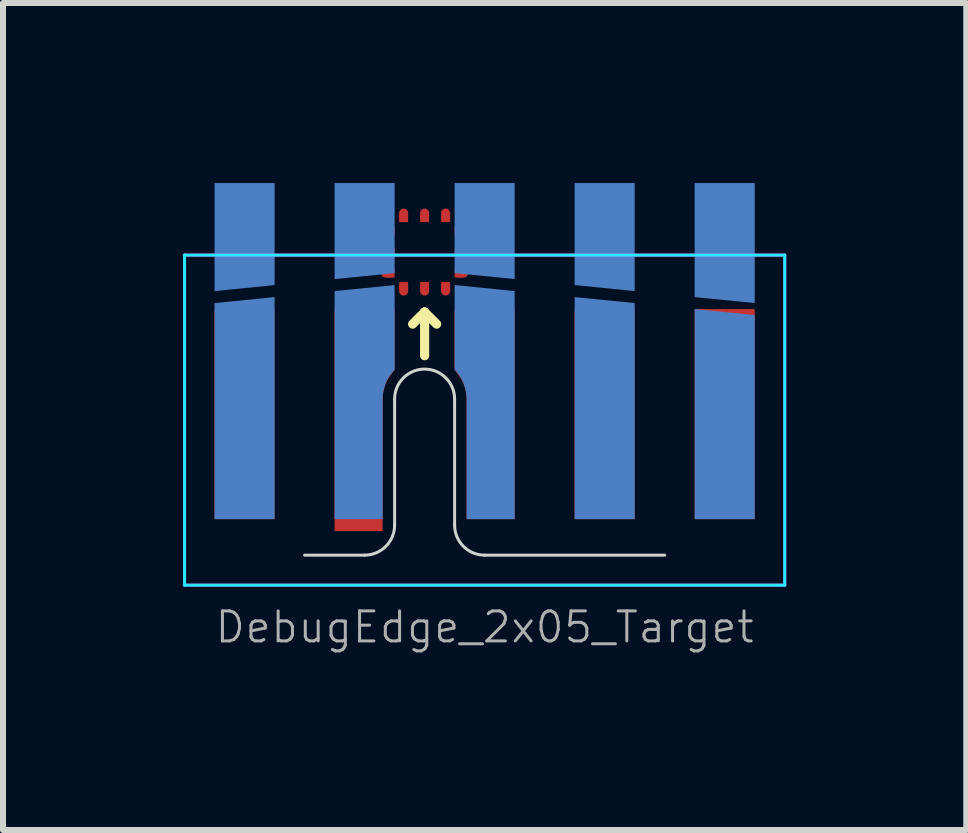
<source format=kicad_pcb>
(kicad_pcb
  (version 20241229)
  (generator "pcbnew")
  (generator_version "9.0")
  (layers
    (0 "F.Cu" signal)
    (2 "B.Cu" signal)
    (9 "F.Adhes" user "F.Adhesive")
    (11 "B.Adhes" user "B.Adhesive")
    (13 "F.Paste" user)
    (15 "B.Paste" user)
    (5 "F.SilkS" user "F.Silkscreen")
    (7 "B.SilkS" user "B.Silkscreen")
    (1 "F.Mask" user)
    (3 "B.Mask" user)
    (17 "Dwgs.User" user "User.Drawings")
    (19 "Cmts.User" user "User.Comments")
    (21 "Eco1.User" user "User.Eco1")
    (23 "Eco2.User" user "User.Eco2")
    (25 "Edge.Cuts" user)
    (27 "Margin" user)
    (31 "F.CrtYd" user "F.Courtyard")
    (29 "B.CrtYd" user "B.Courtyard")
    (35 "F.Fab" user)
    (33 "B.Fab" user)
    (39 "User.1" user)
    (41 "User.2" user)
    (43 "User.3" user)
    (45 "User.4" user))
  (footprint "DebugEdge_2x05_Target"
    (layer "F.Cu")
    (at 5.025 6.2)
    (property "Reference" "DebugEdge_2x05_Target" (at 0 1.2 0) (unlocked yes) (layer "F.Fab") (effects (font (size 0.5 0.5) (thickness 0.05))))
    (attr exclude_from_pos_files exclude_from_bom)
    (fp_line (start -1.6 -5.4) (end -1.65 -5.4) (stroke (width 0.15) (type solid)) (layer "F.Cu"))
    (fp_line (start -1.6 -5.05) (end -1.65 -5.05) (stroke (width 0.15) (type solid)) (layer "F.Cu"))
    (fp_line (start -1.6 -4.7) (end -1.65 -4.7) (stroke (width 0.15) (type solid)) (layer "F.Cu"))
    (fp_line (start -1.35 -5.65) (end -1.35 -5.7) (stroke (width 0.15) (type solid)) (layer "F.Cu"))
    (fp_line (start -1.35 -4.45) (end -1.35 -4.4) (stroke (width 0.15) (type solid)) (layer "F.Cu"))
    (fp_line (start -1 -5.65) (end -1 -5.7) (stroke (width 0.15) (type solid)) (layer "F.Cu"))
    (fp_line (start -1 -4.45) (end -1 -4.4) (stroke (width 0.15) (type solid)) (layer "F.Cu"))
    (fp_line (start -0.65 -5.65) (end -0.65 -5.7) (stroke (width 0.15) (type solid)) (layer "F.Cu"))
    (fp_line (start -0.65 -4.45) (end -0.65 -4.4) (stroke (width 0.15) (type solid)) (layer "F.Cu"))
    (fp_line (start -0.4 -5.4) (end -0.35 -5.4) (stroke (width 0.15) (type solid)) (layer "F.Cu"))
    (fp_line (start -0.4 -5.05) (end -0.35 -5.05) (stroke (width 0.15) (type solid)) (layer "F.Cu"))
    (fp_line (start -0.4 -4.7) (end -0.35 -4.7) (stroke (width 0.15) (type solid)) (layer "F.Cu"))
    (fp_poly (pts (xy -1.5 -5.475) (xy -1.5 -5.325) (xy -1.625 -5.325) (xy -1.625 -5.475)) (stroke (width 0) (type solid)) (fill yes) (layer "F.Cu"))
    (fp_poly (pts (xy -1.5 -5.125) (xy -1.5 -4.975) (xy -1.625 -4.975) (xy -1.625 -5.125)) (stroke (width 0) (type solid)) (fill yes) (layer "F.Cu"))
    (fp_poly (pts (xy -1.5 -4.775) (xy -1.5 -4.625) (xy -1.625 -4.625) (xy -1.625 -4.775)) (stroke (width 0) (type solid)) (fill yes) (layer "F.Cu"))
    (fp_poly (pts (xy -1.425 -4.55) (xy -1.275 -4.55) (xy -1.275 -4.425) (xy -1.425 -4.425)) (stroke (width 0) (type solid)) (fill yes) (layer "F.Cu"))
    (fp_poly (pts (xy -1.275 -5.55) (xy -1.425 -5.55) (xy -1.425 -5.675) (xy -1.275 -5.675)) (stroke (width 0) (type solid)) (fill yes) (layer "F.Cu"))
    (fp_poly (pts (xy -1.075 -4.55) (xy -0.925 -4.55) (xy -0.925 -4.425) (xy -1.075 -4.425)) (stroke (width 0) (type solid)) (fill yes) (layer "F.Cu"))
    (fp_poly (pts (xy -0.925 -5.55) (xy -1.075 -5.55) (xy -1.075 -5.675) (xy -0.925 -5.675)) (stroke (width 0) (type solid)) (fill yes) (layer "F.Cu"))
    (fp_poly (pts (xy -0.725 -4.55) (xy -0.575 -4.55) (xy -0.575 -4.425) (xy -0.725 -4.425)) (stroke (width 0) (type solid)) (fill yes) (layer "F.Cu"))
    (fp_poly (pts (xy -0.575 -5.55) (xy -0.725 -5.55) (xy -0.725 -5.675) (xy -0.575 -5.675)) (stroke (width 0) (type solid)) (fill yes) (layer "F.Cu"))
    (fp_poly (pts (xy -0.5 -5.325) (xy -0.5 -5.475) (xy -0.375 -5.475) (xy -0.375 -5.325)) (stroke (width 0) (type solid)) (fill yes) (layer "F.Cu"))
    (fp_poly (pts (xy -0.5 -4.975) (xy -0.5 -5.125) (xy -0.375 -5.125) (xy -0.375 -4.975)) (stroke (width 0) (type solid)) (fill yes) (layer "F.Cu"))
    (fp_poly (pts (xy -0.5 -4.625) (xy -0.5 -4.775) (xy -0.375 -4.775) (xy -0.375 -4.625)) (stroke (width 0) (type solid)) (fill yes) (layer "F.Cu"))
    (fp_line (start -1.5 -5.4) (end -1.65 -5.4) (stroke (width 0.15) (type solid)) (layer "F.Mask"))
    (fp_line (start -1.5 -5.05) (end -1.65 -5.05) (stroke (width 0.15) (type solid)) (layer "F.Mask"))
    (fp_line (start -1.5 -4.7) (end -1.65 -4.7) (stroke (width 0.15) (type solid)) (layer "F.Mask"))
    (fp_line (start -1.35 -5.55) (end -1.35 -5.7) (stroke (width 0.15) (type solid)) (layer "F.Mask"))
    (fp_line (start -1.35 -4.55) (end -1.35 -4.4) (stroke (width 0.15) (type solid)) (layer "F.Mask"))
    (fp_line (start -1 -5.55) (end -1 -5.7) (stroke (width 0.15) (type solid)) (layer "F.Mask"))
    (fp_line (start -1 -4.55) (end -1 -4.4) (stroke (width 0.15) (type solid)) (layer "F.Mask"))
    (fp_line (start -0.65 -5.55) (end -0.65 -5.7) (stroke (width 0.15) (type solid)) (layer "F.Mask"))
    (fp_line (start -0.65 -4.55) (end -0.65 -4.4) (stroke (width 0.15) (type solid)) (layer "F.Mask"))
    (fp_line (start -0.5 -5.4) (end -0.35 -5.4) (stroke (width 0.15) (type solid)) (layer "F.Mask"))
    (fp_line (start -0.5 -5.05) (end -0.35 -5.05) (stroke (width 0.15) (type solid)) (layer "F.Mask"))
    (fp_line (start -0.5 -4.7) (end -0.35 -4.7) (stroke (width 0.15) (type solid)) (layer "F.Mask"))
    (fp_poly (pts (xy -0.55 -4.6) (xy -1.45 -4.6) (xy -1.45 -5.5) (xy -0.55 -5.5)) (stroke (width 0.1) (type solid)) (fill yes) (layer "F.Mask"))
    (fp_line (start -1.2 -3.85) (end -1 -4.05) (stroke (width 0.153) (type solid)) (layer "F.SilkS"))
    (fp_line (start -1 -4.05) (end -1 -3.323) (stroke (width 0.153) (type solid)) (layer "F.SilkS"))
    (fp_line (start -1 -4.05) (end -0.8 -3.85) (stroke (width 0.153) (type solid)) (layer "F.SilkS"))
    (fp_line (start -3 0) (end -2 0) (stroke (width 0.05) (type solid)) (layer "Edge.Cuts"))
    (fp_line (start -1.5 -2.6) (end -1.5 -0.5) (stroke (width 0.05) (type solid)) (layer "Edge.Cuts"))
    (fp_line (start -0.5 -0.5) (end -0.5 -2.6) (stroke (width 0.05) (type solid)) (layer "Edge.Cuts"))
    (fp_line (start 0 0) (end 3 0) (stroke (width 0.05) (type solid)) (layer "Edge.Cuts"))
    (fp_arc (start -1.5 -2.6) (mid -1 -3.1) (end -0.5 -2.6) (stroke (width 0.05) (type solid)) (layer "Edge.Cuts"))
    (fp_arc (start -1.5 -0.5) (mid -1.646447 -0.146447) (end -2 0) (stroke (width 0.05) (type solid)) (layer "Edge.Cuts"))
    (fp_arc (start 0 0) (mid -0.353553 -0.146447) (end -0.5 -0.5) (stroke (width 0.05) (type solid)) (layer "Edge.Cuts"))
    (fp_line (start -5 -5) (end -5 0.5) (stroke (width 0.05) (type solid)) (layer "B.CrtYd"))
    (fp_line (start -5 0.5) (end 5 0.5) (stroke (width 0.05) (type solid)) (layer "B.CrtYd"))
    (fp_line (start 5 -5) (end -5 -5) (stroke (width 0.05) (type solid)) (layer "B.CrtYd"))
    (fp_line (start 5 0.5) (end 5 -5) (stroke (width 0.05) (type solid)) (layer "B.CrtYd"))
    (fp_line (start -5 -5) (end 5 -5) (stroke (width 0.05) (type solid)) (layer "F.CrtYd"))
    (fp_line (start -5 0.5) (end -5 -5) (stroke (width 0.05) (type solid)) (layer "F.CrtYd"))
    (fp_line (start 5 -5) (end 5 0.5) (stroke (width 0.05) (type solid)) (layer "F.CrtYd"))
    (fp_line (start 5 0.5) (end -5 0.5) (stroke (width 0.05) (type solid)) (layer "F.CrtYd"))
    (pad "1" smd custom (at -2 -5.45 180) (size 1 1.5) (layers "B.Cu" "B.Mask") (options (anchor rect)) (primitives (gr_poly (pts (xy 0.5 -0.85) (xy 0.5 -0.75) (xy -0.5 -0.75)) (width 0) (fill yes))))
    (pad "1" smd custom (at -2 -3.6) (size 1 1) (layers "F.Cu" "F.Mask") (options (anchor rect)) (primitives (gr_poly (pts (xy 0.3 1) (xy 0.31 0.89) (xy 0.33 0.81) (xy 0.35 0.75) (xy 0.37 0.7) (xy 0.4 0.65) (xy 0.44 0.59) (xy 0.48 0.54) (xy 0.5 0.52) (xy 0.5 -0.5) (xy -0.5 -0.5) (xy -0.5 3.2) (xy 0.3 3.2)) (width 0) (fill yes))))
    (pad "2" smd custom (at 0 -5.45 180) (size 1 1.5) (layers "B.Cu" "B.Mask") (options (anchor rect)) (primitives (gr_poly (pts (xy -0.5 -0.85) (xy -0.5 -0.75) (xy 0.5 -0.75)) (width 0) (fill yes))))
    (pad "2" smd custom (at 0 -3.6) (size 1 1) (layers "F.Cu" "F.Mask") (options (anchor rect)) (primitives (gr_poly (pts (xy -0.3 1) (xy -0.31 0.89) (xy -0.33 0.81) (xy -0.35 0.75) (xy -0.37 0.7) (xy -0.4 0.65) (xy -0.44 0.59) (xy -0.48 0.54) (xy -0.5 0.52) (xy -0.5 -0.5) (xy 0.5 -0.5) (xy 0.5 3) (xy -0.3 3)) (width 0) (fill yes))))
    (pad "3" smd custom (at -2 -2.1) (size 0.4 0.4) (layers "B.Cu" "B.Mask") (options (anchor rect)) (primitives (gr_poly (pts (xy 0.3 -0.51) (xy 0.31 -0.62) (xy 0.33 -0.7) (xy 0.35 -0.76) (xy 0.37 -0.81) (xy 0.4 -0.86) (xy 0.44 -0.92) (xy 0.48 -0.97) (xy 0.5 -0.99) (xy 0.5 -2.4) (xy -0.5 -2.3) (xy -0.5 1.5) (xy 0.3 1.5)) (width 0) (fill yes))))
    (pad "4" smd custom (at 0 -2.1) (size 0.4 0.4) (layers "B.Cu" "B.Mask") (options (anchor rect)) (primitives (gr_poly (pts (xy -0.3 -0.51) (xy -0.31 -0.62) (xy -0.33 -0.7) (xy -0.35 -0.76) (xy -0.37 -0.81) (xy -0.4 -0.86) (xy -0.44 -0.92) (xy -0.48 -0.97) (xy -0.5 -0.99) (xy -0.5 -2.4) (xy 0.5 -2.3) (xy 0.5 1.5) (xy -0.3 1.5)) (width 0) (fill yes))))
    (pad "5" smd custom (at 2 -5.35 180) (size 1 1.7) (layers "B.Cu" "B.Mask") (options (anchor rect)) (primitives (gr_poly (pts (xy -0.5 -0.95) (xy -0.5 -0.85) (xy 0.5 -0.85)) (width 0) (fill yes))))
    (pad "5" smd rect (at 2 -2.35 180) (size 1 3.5) (layers "F.Cu" "F.Mask"))
    (pad "6" smd custom (at 2 -2.4) (size 1 3.6) (layers "B.Cu" "B.Mask") (options (anchor rect)) (primitives (gr_poly (pts (xy -0.5 -1.8) (xy -0.5 -1.9) (xy 0.5 -1.8)) (width 0) (fill yes))))
    (pad "7" smd custom (at -4 -5.35 180) (size 1 1.7) (layers "B.Cu" "B.Mask") (options (anchor rect)) (primitives (gr_poly (pts (xy 0.5 -0.95) (xy 0.5 -0.85) (xy -0.5 -0.85)) (width 0) (fill yes))))
    (pad "7" smd rect (at -4 -2.35 180) (size 1 3.5) (layers "F.Cu" "F.Mask"))
    (pad "8" smd custom (at -4 -2.4) (size 1 3.6) (layers "B.Cu" "B.Mask") (options (anchor rect)) (primitives (gr_poly (pts (xy 0.5 -1.8) (xy 0.5 -1.9) (xy -0.5 -1.8)) (width 0) (fill yes))))
    (pad "9" smd custom (at 4 -5.25 180) (size 1 1.9) (layers "B.Cu" "B.Mask") (options (anchor rect)) (primitives (gr_poly (pts (xy -0.5 -1.05) (xy -0.5 -0.95) (xy 0.5 -0.95)) (width 0) (fill yes))))
    (pad "9" smd rect (at 4 -2.35 180) (size 1 3.5) (layers "F.Cu" "F.Mask"))
    (pad "10" smd custom (at 4 -2.3) (size 1 3.4) (layers "B.Cu" "B.Mask") (options (anchor rect)) (primitives (gr_poly (pts (xy -0.5 -1.7) (xy -0.5 -1.8) (xy 0.5 -1.7)) (width 0) (fill yes)))))
  (gr_rect
    (start -3 -3)
    (end 13.05 10.78)
    (stroke (width 0.1) (type default))
    (fill no)
    (layer "Edge.Cuts")))
</source>
